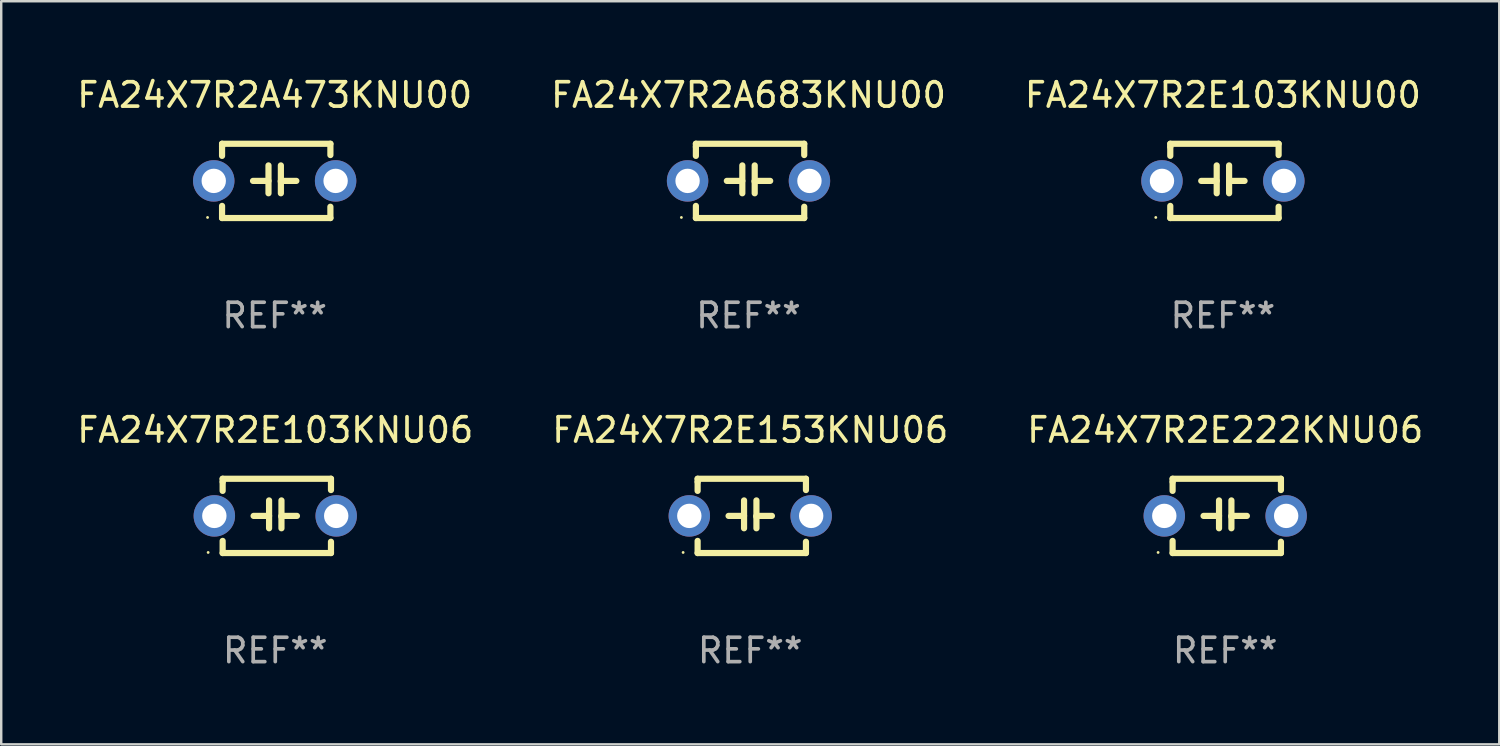
<source format=kicad_pcb>
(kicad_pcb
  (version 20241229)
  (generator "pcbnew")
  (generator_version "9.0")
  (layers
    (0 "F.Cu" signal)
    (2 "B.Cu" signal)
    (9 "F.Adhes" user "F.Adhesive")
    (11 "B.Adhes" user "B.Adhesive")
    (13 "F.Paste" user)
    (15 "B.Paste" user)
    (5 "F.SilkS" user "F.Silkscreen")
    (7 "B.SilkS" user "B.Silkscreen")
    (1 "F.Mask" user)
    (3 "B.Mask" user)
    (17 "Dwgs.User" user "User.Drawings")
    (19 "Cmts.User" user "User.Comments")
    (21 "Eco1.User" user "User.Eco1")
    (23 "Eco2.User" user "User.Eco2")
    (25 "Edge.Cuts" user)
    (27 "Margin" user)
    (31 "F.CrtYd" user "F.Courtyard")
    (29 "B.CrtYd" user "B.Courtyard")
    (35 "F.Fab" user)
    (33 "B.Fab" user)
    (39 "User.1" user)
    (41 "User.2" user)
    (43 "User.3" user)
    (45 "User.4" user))
  (footprint "FA24X7R2E103KNU06"
    (layer "F.Cu")
    (at 8.244 18.117)
    (property "Reference" "FA24X7R2E103KNU06" (at 0 -3.524 0) (layer "F.SilkS") (effects (font (size 1 1) (thickness 0.15))))
    (attr through_hole)
    (fp_line (start -2.159 -1.524) (end 2.286 -1.524) (stroke (width 0.254) (type solid)) (layer "F.SilkS"))
    (fp_line (start -2.159 -1.397) (end -2.159 -1.524) (stroke (width 0.254) (type solid)) (layer "F.SilkS"))
    (fp_line (start -2.159 -1.026) (end -2.159 -1.397) (stroke (width 0.254) (type solid)) (layer "F.SilkS"))
    (fp_line (start -2.159 1.524) (end -2.159 1.026) (stroke (width 0.254) (type solid)) (layer "F.SilkS"))
    (fp_line (start -0.889 0) (end -0.254 0) (stroke (width 0.254) (type solid)) (layer "F.SilkS"))
    (fp_line (start -0.254 0.508) (end -0.254 -0.635) (stroke (width 0.254) (type solid)) (layer "F.SilkS"))
    (fp_line (start 0.254 -0.635) (end 0.254 0.508) (stroke (width 0.254) (type solid)) (layer "F.SilkS"))
    (fp_line (start 0.254 0.04) (end 0.254 0.02) (stroke (width 0.254) (type solid)) (layer "F.SilkS"))
    (fp_line (start 0.889 0) (end 0.254 0) (stroke (width 0.254) (type solid)) (layer "F.SilkS"))
    (fp_line (start 2.286 -1.524) (end 2.286 -1.06) (stroke (width 0.254) (type solid)) (layer "F.SilkS"))
    (fp_line (start 2.286 1.06) (end 2.286 1.524) (stroke (width 0.254) (type solid)) (layer "F.SilkS"))
    (fp_line (start 2.286 1.524) (end -2.159 1.524) (stroke (width 0.254) (type solid)) (layer "F.SilkS"))
    (fp_circle (center -2.754 1.5) (end -2.724 1.5) (stroke (width 0.06) (type solid)) (fill no) (layer "F.SilkS"))
    (fp_text user "REF**" (at 0 5.524 0) (layer "F.Fab") (effects (font (size 1 1) (thickness 0.15))))
    (pad "1" thru_hole circle (at -2.5 0) (size 1.7 1.7) (drill 1) (layers "*.Cu" "*.Mask"))
    (pad "2" thru_hole circle (at 2.5 0) (size 1.7 1.7) (drill 1) (layers "*.Cu" "*.Mask")))
  (footprint "FA24X7R2A473KNU00"
    (layer "F.Cu")
    (at 8.22 4.372)
    (property "Reference" "FA24X7R2A473KNU00" (at 0 -3.524 0) (layer "F.SilkS") (effects (font (size 1 1) (thickness 0.15))))
    (attr through_hole)
    (fp_line (start -2.159 -1.524) (end 2.286 -1.524) (stroke (width 0.254) (type solid)) (layer "F.SilkS"))
    (fp_line (start -2.159 -1.397) (end -2.159 -1.524) (stroke (width 0.254) (type solid)) (layer "F.SilkS"))
    (fp_line (start -2.159 -1.026) (end -2.159 -1.397) (stroke (width 0.254) (type solid)) (layer "F.SilkS"))
    (fp_line (start -2.159 1.524) (end -2.159 1.026) (stroke (width 0.254) (type solid)) (layer "F.SilkS"))
    (fp_line (start -0.889 0) (end -0.254 0) (stroke (width 0.254) (type solid)) (layer "F.SilkS"))
    (fp_line (start -0.254 0.508) (end -0.254 -0.635) (stroke (width 0.254) (type solid)) (layer "F.SilkS"))
    (fp_line (start 0.254 -0.635) (end 0.254 0.508) (stroke (width 0.254) (type solid)) (layer "F.SilkS"))
    (fp_line (start 0.254 0.04) (end 0.254 0.02) (stroke (width 0.254) (type solid)) (layer "F.SilkS"))
    (fp_line (start 0.889 0) (end 0.254 0) (stroke (width 0.254) (type solid)) (layer "F.SilkS"))
    (fp_line (start 2.286 -1.524) (end 2.286 -1.06) (stroke (width 0.254) (type solid)) (layer "F.SilkS"))
    (fp_line (start 2.286 1.06) (end 2.286 1.524) (stroke (width 0.254) (type solid)) (layer "F.SilkS"))
    (fp_line (start 2.286 1.524) (end -2.159 1.524) (stroke (width 0.254) (type solid)) (layer "F.SilkS"))
    (fp_circle (center -2.754 1.5) (end -2.724 1.5) (stroke (width 0.06) (type solid)) (fill no) (layer "F.SilkS"))
    (fp_text user "REF**" (at 0 5.524 0) (layer "F.Fab") (effects (font (size 1 1) (thickness 0.15))))
    (pad "1" thru_hole circle (at -2.5 0) (size 1.7 1.7) (drill 1) (layers "*.Cu" "*.Mask"))
    (pad "2" thru_hole circle (at 2.5 0) (size 1.7 1.7) (drill 1) (layers "*.Cu" "*.Mask")))
  (footprint "FA24X7R2E153KNU06"
    (layer "F.Cu")
    (at 27.732 18.117)
    (property "Reference" "FA24X7R2E153KNU06" (at 0 -3.524 0) (layer "F.SilkS") (effects (font (size 1 1) (thickness 0.15))))
    (attr through_hole)
    (fp_line (start -2.159 -1.524) (end 2.286 -1.524) (stroke (width 0.254) (type solid)) (layer "F.SilkS"))
    (fp_line (start -2.159 -1.397) (end -2.159 -1.524) (stroke (width 0.254) (type solid)) (layer "F.SilkS"))
    (fp_line (start -2.159 -1.026) (end -2.159 -1.397) (stroke (width 0.254) (type solid)) (layer "F.SilkS"))
    (fp_line (start -2.159 1.524) (end -2.159 1.026) (stroke (width 0.254) (type solid)) (layer "F.SilkS"))
    (fp_line (start -0.889 0) (end -0.254 0) (stroke (width 0.254) (type solid)) (layer "F.SilkS"))
    (fp_line (start -0.254 0.508) (end -0.254 -0.635) (stroke (width 0.254) (type solid)) (layer "F.SilkS"))
    (fp_line (start 0.254 -0.635) (end 0.254 0.508) (stroke (width 0.254) (type solid)) (layer "F.SilkS"))
    (fp_line (start 0.254 0.04) (end 0.254 0.02) (stroke (width 0.254) (type solid)) (layer "F.SilkS"))
    (fp_line (start 0.889 0) (end 0.254 0) (stroke (width 0.254) (type solid)) (layer "F.SilkS"))
    (fp_line (start 2.286 -1.524) (end 2.286 -1.06) (stroke (width 0.254) (type solid)) (layer "F.SilkS"))
    (fp_line (start 2.286 1.06) (end 2.286 1.524) (stroke (width 0.254) (type solid)) (layer "F.SilkS"))
    (fp_line (start 2.286 1.524) (end -2.159 1.524) (stroke (width 0.254) (type solid)) (layer "F.SilkS"))
    (fp_circle (center -2.754 1.5) (end -2.724 1.5) (stroke (width 0.06) (type solid)) (fill no) (layer "F.SilkS"))
    (fp_text user "REF**" (at 0 5.524 0) (layer "F.Fab") (effects (font (size 1 1) (thickness 0.15))))
    (pad "1" thru_hole circle (at -2.5 0) (size 1.7 1.7) (drill 1) (layers "*.Cu" "*.Mask"))
    (pad "2" thru_hole circle (at 2.5 0) (size 1.7 1.7) (drill 1) (layers "*.Cu" "*.Mask")))
  (footprint "FA24X7R2E103KNU00"
    (layer "F.Cu")
    (at 47.125 4.372)
    (property "Reference" "FA24X7R2E103KNU00" (at 0 -3.524 0) (layer "F.SilkS") (effects (font (size 1 1) (thickness 0.15))))
    (attr through_hole)
    (fp_line (start -2.159 -1.524) (end 2.286 -1.524) (stroke (width 0.254) (type solid)) (layer "F.SilkS"))
    (fp_line (start -2.159 -1.397) (end -2.159 -1.524) (stroke (width 0.254) (type solid)) (layer "F.SilkS"))
    (fp_line (start -2.159 -1.026) (end -2.159 -1.397) (stroke (width 0.254) (type solid)) (layer "F.SilkS"))
    (fp_line (start -2.159 1.524) (end -2.159 1.026) (stroke (width 0.254) (type solid)) (layer "F.SilkS"))
    (fp_line (start -0.889 0) (end -0.254 0) (stroke (width 0.254) (type solid)) (layer "F.SilkS"))
    (fp_line (start -0.254 0.508) (end -0.254 -0.635) (stroke (width 0.254) (type solid)) (layer "F.SilkS"))
    (fp_line (start 0.254 -0.635) (end 0.254 0.508) (stroke (width 0.254) (type solid)) (layer "F.SilkS"))
    (fp_line (start 0.254 0.04) (end 0.254 0.02) (stroke (width 0.254) (type solid)) (layer "F.SilkS"))
    (fp_line (start 0.889 0) (end 0.254 0) (stroke (width 0.254) (type solid)) (layer "F.SilkS"))
    (fp_line (start 2.286 -1.524) (end 2.286 -1.06) (stroke (width 0.254) (type solid)) (layer "F.SilkS"))
    (fp_line (start 2.286 1.06) (end 2.286 1.524) (stroke (width 0.254) (type solid)) (layer "F.SilkS"))
    (fp_line (start 2.286 1.524) (end -2.159 1.524) (stroke (width 0.254) (type solid)) (layer "F.SilkS"))
    (fp_circle (center -2.754 1.5) (end -2.724 1.5) (stroke (width 0.06) (type solid)) (fill no) (layer "F.SilkS"))
    (fp_text user "REF**" (at 0 5.524 0) (layer "F.Fab") (effects (font (size 1 1) (thickness 0.15))))
    (pad "1" thru_hole circle (at -2.5 0) (size 1.7 1.7) (drill 1) (layers "*.Cu" "*.Mask"))
    (pad "2" thru_hole circle (at 2.5 0) (size 1.7 1.7) (drill 1) (layers "*.Cu" "*.Mask")))
  (footprint "FA24X7R2A683KNU00"
    (layer "F.Cu")
    (at 27.661 4.372)
    (property "Reference" "FA24X7R2A683KNU00" (at 0 -3.524 0) (layer "F.SilkS") (effects (font (size 1 1) (thickness 0.15))))
    (attr through_hole)
    (fp_line (start -2.159 -1.524) (end 2.286 -1.524) (stroke (width 0.254) (type solid)) (layer "F.SilkS"))
    (fp_line (start -2.159 -1.397) (end -2.159 -1.524) (stroke (width 0.254) (type solid)) (layer "F.SilkS"))
    (fp_line (start -2.159 -1.026) (end -2.159 -1.397) (stroke (width 0.254) (type solid)) (layer "F.SilkS"))
    (fp_line (start -2.159 1.524) (end -2.159 1.026) (stroke (width 0.254) (type solid)) (layer "F.SilkS"))
    (fp_line (start -0.889 0) (end -0.254 0) (stroke (width 0.254) (type solid)) (layer "F.SilkS"))
    (fp_line (start -0.254 0.508) (end -0.254 -0.635) (stroke (width 0.254) (type solid)) (layer "F.SilkS"))
    (fp_line (start 0.254 -0.635) (end 0.254 0.508) (stroke (width 0.254) (type solid)) (layer "F.SilkS"))
    (fp_line (start 0.254 0.04) (end 0.254 0.02) (stroke (width 0.254) (type solid)) (layer "F.SilkS"))
    (fp_line (start 0.889 0) (end 0.254 0) (stroke (width 0.254) (type solid)) (layer "F.SilkS"))
    (fp_line (start 2.286 -1.524) (end 2.286 -1.06) (stroke (width 0.254) (type solid)) (layer "F.SilkS"))
    (fp_line (start 2.286 1.06) (end 2.286 1.524) (stroke (width 0.254) (type solid)) (layer "F.SilkS"))
    (fp_line (start 2.286 1.524) (end -2.159 1.524) (stroke (width 0.254) (type solid)) (layer "F.SilkS"))
    (fp_circle (center -2.754 1.5) (end -2.724 1.5) (stroke (width 0.06) (type solid)) (fill no) (layer "F.SilkS"))
    (fp_text user "REF**" (at 0 5.524 0) (layer "F.Fab") (effects (font (size 1 1) (thickness 0.15))))
    (pad "1" thru_hole circle (at -2.5 0) (size 1.7 1.7) (drill 1) (layers "*.Cu" "*.Mask"))
    (pad "2" thru_hole circle (at 2.5 0) (size 1.7 1.7) (drill 1) (layers "*.Cu" "*.Mask")))
  (footprint "FA24X7R2E222KNU06"
    (layer "F.Cu")
    (at 47.22 18.117)
    (property "Reference" "FA24X7R2E222KNU06" (at 0 -3.524 0) (layer "F.SilkS") (effects (font (size 1 1) (thickness 0.15))))
    (attr through_hole)
    (fp_line (start -2.159 -1.524) (end 2.286 -1.524) (stroke (width 0.254) (type solid)) (layer "F.SilkS"))
    (fp_line (start -2.159 -1.397) (end -2.159 -1.524) (stroke (width 0.254) (type solid)) (layer "F.SilkS"))
    (fp_line (start -2.159 -1.026) (end -2.159 -1.397) (stroke (width 0.254) (type solid)) (layer "F.SilkS"))
    (fp_line (start -2.159 1.524) (end -2.159 1.026) (stroke (width 0.254) (type solid)) (layer "F.SilkS"))
    (fp_line (start -0.889 0) (end -0.254 0) (stroke (width 0.254) (type solid)) (layer "F.SilkS"))
    (fp_line (start -0.254 0.508) (end -0.254 -0.635) (stroke (width 0.254) (type solid)) (layer "F.SilkS"))
    (fp_line (start 0.254 -0.635) (end 0.254 0.508) (stroke (width 0.254) (type solid)) (layer "F.SilkS"))
    (fp_line (start 0.254 0.04) (end 0.254 0.02) (stroke (width 0.254) (type solid)) (layer "F.SilkS"))
    (fp_line (start 0.889 0) (end 0.254 0) (stroke (width 0.254) (type solid)) (layer "F.SilkS"))
    (fp_line (start 2.286 -1.524) (end 2.286 -1.06) (stroke (width 0.254) (type solid)) (layer "F.SilkS"))
    (fp_line (start 2.286 1.06) (end 2.286 1.524) (stroke (width 0.254) (type solid)) (layer "F.SilkS"))
    (fp_line (start 2.286 1.524) (end -2.159 1.524) (stroke (width 0.254) (type solid)) (layer "F.SilkS"))
    (fp_circle (center -2.754 1.5) (end -2.724 1.5) (stroke (width 0.06) (type solid)) (fill no) (layer "F.SilkS"))
    (fp_text user "REF**" (at 0 5.524 0) (layer "F.Fab") (effects (font (size 1 1) (thickness 0.15))))
    (pad "1" thru_hole circle (at -2.5 0) (size 1.7 1.7) (drill 1) (layers "*.Cu" "*.Mask"))
    (pad "2" thru_hole circle (at 2.5 0) (size 1.7 1.7) (drill 1) (layers "*.Cu" "*.Mask")))
  (gr_rect
    (start -3 -3)
    (end 58.464 27.489)
    (stroke (width 0.1) (type default))
    (fill no)
    (layer "Edge.Cuts")))
</source>
